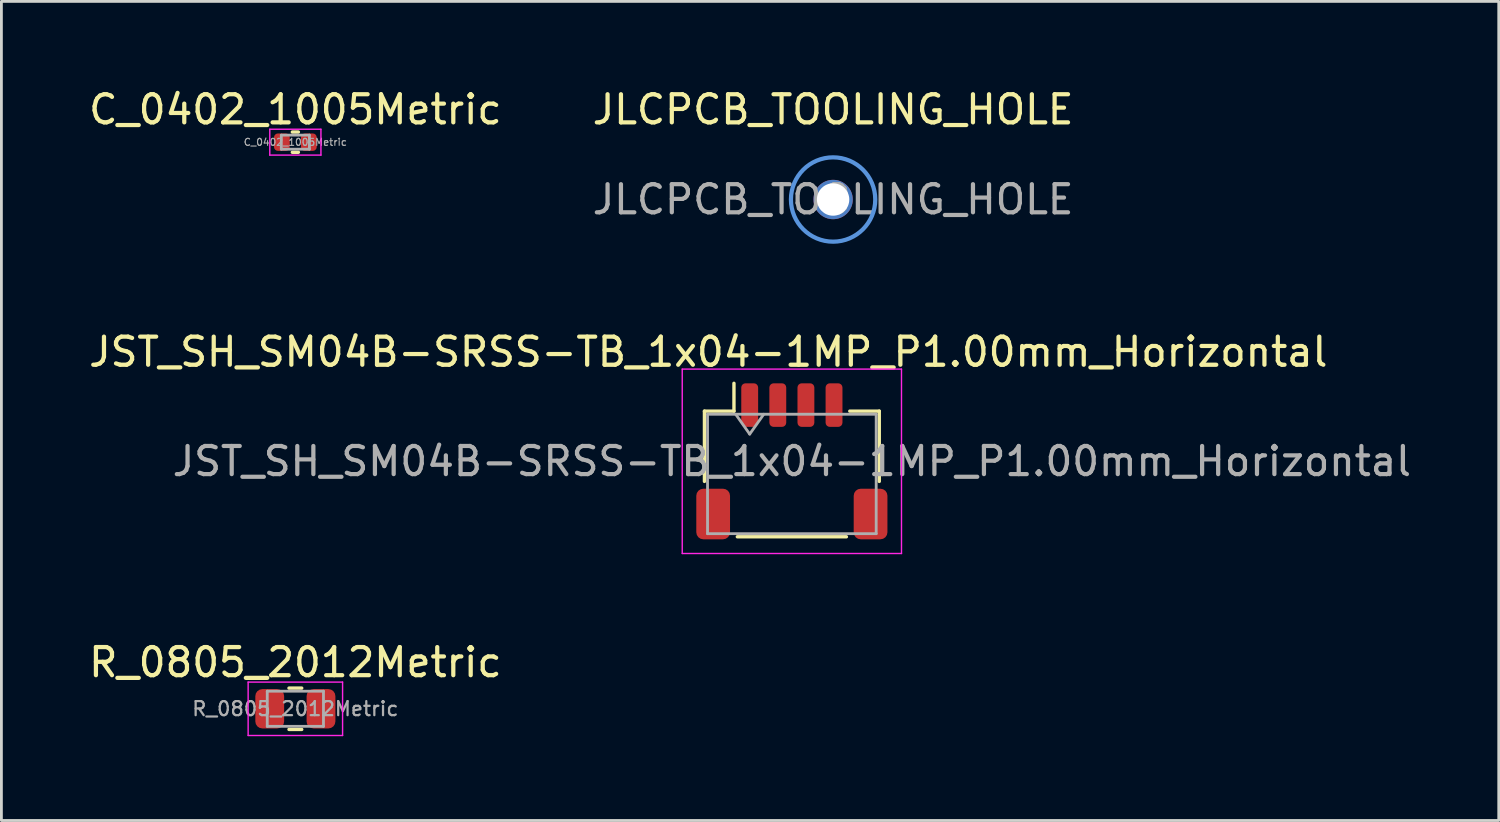
<source format=kicad_pcb>
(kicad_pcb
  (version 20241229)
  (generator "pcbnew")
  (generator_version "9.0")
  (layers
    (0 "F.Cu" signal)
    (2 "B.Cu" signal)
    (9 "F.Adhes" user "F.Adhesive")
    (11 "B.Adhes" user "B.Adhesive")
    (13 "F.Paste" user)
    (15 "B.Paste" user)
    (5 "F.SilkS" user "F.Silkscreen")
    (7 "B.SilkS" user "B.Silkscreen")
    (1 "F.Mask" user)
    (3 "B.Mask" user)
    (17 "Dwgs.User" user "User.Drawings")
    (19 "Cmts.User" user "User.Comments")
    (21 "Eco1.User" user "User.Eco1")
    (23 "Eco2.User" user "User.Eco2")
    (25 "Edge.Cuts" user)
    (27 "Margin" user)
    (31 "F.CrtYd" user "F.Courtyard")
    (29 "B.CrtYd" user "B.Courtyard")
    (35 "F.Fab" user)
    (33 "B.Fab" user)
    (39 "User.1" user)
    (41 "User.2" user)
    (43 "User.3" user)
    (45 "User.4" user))
  (footprint "JLCPCB_TOOLING_HOLE"
    (layer "F.Cu")
    (at 26.589 4.048)
    (property "Reference" "JLCPCB_TOOLING_HOLE" (at 0 -3.2 0) (layer "F.SilkS") (effects (font (size 1 1) (thickness 0.15))))
    (attr exclude_from_pos_files)
    (fp_circle (center 0 0) (end 1.5 0) (stroke (width 0.15) (type solid)) (fill no) (layer "Cmts.User"))
    (fp_circle (center 0 0) (end 1.5 0) (stroke (width 0.05) (type solid)) (fill no) (layer "F.CrtYd"))
    (fp_text user "${REFERENCE}" (at 0 0 0) (layer "F.Fab") (effects (font (size 1 1) (thickness 0.15))))
    (pad "" np_thru_hole circle (at 0 0) (size 1.4 1.4) (drill 1.152) (layers "*.Cu" "*.Mask")))
  (footprint "R_0805_2012Metric"
    (layer "F.Cu")
    (at 7.458 22.166)
    (property "Reference" "R_0805_2012Metric" (at 0 -1.65 0) (layer "F.SilkS") (effects (font (size 1 1) (thickness 0.15))))
    (attr smd)
    (fp_line (start -0.227 -0.735) (end 0.227 -0.735) (stroke (width 0.12) (type solid)) (layer "F.SilkS"))
    (fp_line (start -0.227 0.735) (end 0.227 0.735) (stroke (width 0.12) (type solid)) (layer "F.SilkS"))
    (fp_line (start -1.68 -0.95) (end 1.68 -0.95) (stroke (width 0.05) (type solid)) (layer "F.CrtYd"))
    (fp_line (start -1.68 0.95) (end -1.68 -0.95) (stroke (width 0.05) (type solid)) (layer "F.CrtYd"))
    (fp_line (start 1.68 -0.95) (end 1.68 0.95) (stroke (width 0.05) (type solid)) (layer "F.CrtYd"))
    (fp_line (start 1.68 0.95) (end -1.68 0.95) (stroke (width 0.05) (type solid)) (layer "F.CrtYd"))
    (fp_line (start -1 -0.625) (end 1 -0.625) (stroke (width 0.1) (type solid)) (layer "F.Fab"))
    (fp_line (start -1 0.625) (end -1 -0.625) (stroke (width 0.1) (type solid)) (layer "F.Fab"))
    (fp_line (start 1 -0.625) (end 1 0.625) (stroke (width 0.1) (type solid)) (layer "F.Fab"))
    (fp_line (start 1 0.625) (end -1 0.625) (stroke (width 0.1) (type solid)) (layer "F.Fab"))
    (fp_text user "${REFERENCE}" (at 0 0 0) (layer "F.Fab") (effects (font (size 0.5 0.5) (thickness 0.08))))
    (pad "1" smd roundrect (at -0.912 0) (size 1.025 1.4) (layers "F.Cu" "F.Mask" "F.Paste") (roundrect_rratio 0.244))
    (pad "2" smd roundrect (at 0.912 0) (size 1.025 1.4) (layers "F.Cu" "F.Mask" "F.Paste") (roundrect_rratio 0.244)))
  (footprint "C_0402_1005Metric"
    (layer "F.Cu")
    (at 7.458 2.008)
    (property "Reference" "C_0402_1005Metric" (at 0 -1.16 0) (layer "F.SilkS") (effects (font (size 1 1) (thickness 0.15))))
    (attr smd)
    (fp_line (start -0.108 -0.36) (end 0.108 -0.36) (stroke (width 0.12) (type solid)) (layer "F.SilkS"))
    (fp_line (start -0.108 0.36) (end 0.108 0.36) (stroke (width 0.12) (type solid)) (layer "F.SilkS"))
    (fp_line (start -0.91 -0.46) (end 0.91 -0.46) (stroke (width 0.05) (type solid)) (layer "F.CrtYd"))
    (fp_line (start -0.91 0.46) (end -0.91 -0.46) (stroke (width 0.05) (type solid)) (layer "F.CrtYd"))
    (fp_line (start 0.91 -0.46) (end 0.91 0.46) (stroke (width 0.05) (type solid)) (layer "F.CrtYd"))
    (fp_line (start 0.91 0.46) (end -0.91 0.46) (stroke (width 0.05) (type solid)) (layer "F.CrtYd"))
    (fp_line (start -0.5 -0.25) (end 0.5 -0.25) (stroke (width 0.1) (type solid)) (layer "F.Fab"))
    (fp_line (start -0.5 0.25) (end -0.5 -0.25) (stroke (width 0.1) (type solid)) (layer "F.Fab"))
    (fp_line (start 0.5 -0.25) (end 0.5 0.25) (stroke (width 0.1) (type solid)) (layer "F.Fab"))
    (fp_line (start 0.5 0.25) (end -0.5 0.25) (stroke (width 0.1) (type solid)) (layer "F.Fab"))
    (fp_text user "${REFERENCE}" (at 0 0 0) (layer "F.Fab") (effects (font (size 0.25 0.25) (thickness 0.04))))
    (pad "1" smd roundrect (at -0.48 0) (size 0.56 0.62) (layers "F.Cu" "F.Mask" "F.Paste") (roundrect_rratio 0.25))
    (pad "2" smd roundrect (at 0.48 0) (size 0.56 0.62) (layers "F.Cu" "F.Mask" "F.Paste") (roundrect_rratio 0.25)))
  (footprint "JST_SH_SM04B-SRSS-TB_1x04-1MP_P1.00mm_Horizontal"
    (layer "F.Cu")
    (at 25.122 13.362)
    (property "Reference" "JST_SH_SM04B-SRSS-TB_1x04-1MP_P1.00mm_Horizontal" (at -2.973 -3.891 180) (layer "F.SilkS") (effects (font (size 1 1) (thickness 0.15))))
    (attr smd)
    (fp_line (start -3.11 -1.785) (end -2.06 -1.785) (stroke (width 0.12) (type solid)) (layer "F.SilkS"))
    (fp_line (start -3.11 0.715) (end -3.11 -1.785) (stroke (width 0.12) (type solid)) (layer "F.SilkS"))
    (fp_line (start -2.06 -1.785) (end -2.06 -2.775) (stroke (width 0.12) (type solid)) (layer "F.SilkS"))
    (fp_line (start -1.94 2.685) (end 1.94 2.685) (stroke (width 0.12) (type solid)) (layer "F.SilkS"))
    (fp_line (start 3.11 -1.785) (end 2.06 -1.785) (stroke (width 0.12) (type solid)) (layer "F.SilkS"))
    (fp_line (start 3.11 0.715) (end 3.11 -1.785) (stroke (width 0.12) (type solid)) (layer "F.SilkS"))
    (fp_line (start -3.9 -3.28) (end -3.9 3.28) (stroke (width 0.05) (type solid)) (layer "F.CrtYd"))
    (fp_line (start -3.9 3.28) (end 3.9 3.28) (stroke (width 0.05) (type solid)) (layer "F.CrtYd"))
    (fp_line (start 3.9 -3.28) (end -3.9 -3.28) (stroke (width 0.05) (type solid)) (layer "F.CrtYd"))
    (fp_line (start 3.9 3.28) (end 3.9 -3.28) (stroke (width 0.05) (type solid)) (layer "F.CrtYd"))
    (fp_line (start -3 -1.675) (end -3 2.575) (stroke (width 0.1) (type solid)) (layer "F.Fab"))
    (fp_line (start -3 -1.675) (end 3 -1.675) (stroke (width 0.1) (type solid)) (layer "F.Fab"))
    (fp_line (start -3 2.575) (end 3 2.575) (stroke (width 0.1) (type solid)) (layer "F.Fab"))
    (fp_line (start -2 -1.675) (end -1.5 -0.968) (stroke (width 0.1) (type solid)) (layer "F.Fab"))
    (fp_line (start -1.5 -0.968) (end -1 -1.675) (stroke (width 0.1) (type solid)) (layer "F.Fab"))
    (fp_line (start 3 -1.675) (end 3 2.575) (stroke (width 0.1) (type solid)) (layer "F.Fab"))
    (fp_text user "${REFERENCE}" (at 0 0 180) (layer "F.Fab") (effects (font (size 1 1) (thickness 0.15))))
    (pad "1" smd roundrect (at -1.5 -2) (size 0.6 1.55) (layers "F.Cu" "F.Mask" "F.Paste") (roundrect_rratio 0.25))
    (pad "2" smd roundrect (at -0.5 -2) (size 0.6 1.55) (layers "F.Cu" "F.Mask" "F.Paste") (roundrect_rratio 0.25))
    (pad "3" smd roundrect (at 0.5 -2) (size 0.6 1.55) (layers "F.Cu" "F.Mask" "F.Paste") (roundrect_rratio 0.25))
    (pad "4" smd roundrect (at 1.5 -2) (size 0.6 1.55) (layers "F.Cu" "F.Mask" "F.Paste") (roundrect_rratio 0.25))
    (pad "MP" smd roundrect (at -2.8 1.875) (size 1.2 1.8) (layers "F.Cu" "F.Mask" "F.Paste") (roundrect_rratio 0.208))
    (pad "MP" smd roundrect (at 2.8 1.875) (size 1.2 1.8) (layers "F.Cu" "F.Mask" "F.Paste") (roundrect_rratio 0.208)))
  (gr_rect
    (start -3 -3)
    (end 50.271 26.141)
    (stroke (width 0.1) (type default))
    (fill no)
    (layer "Edge.Cuts")))
</source>
